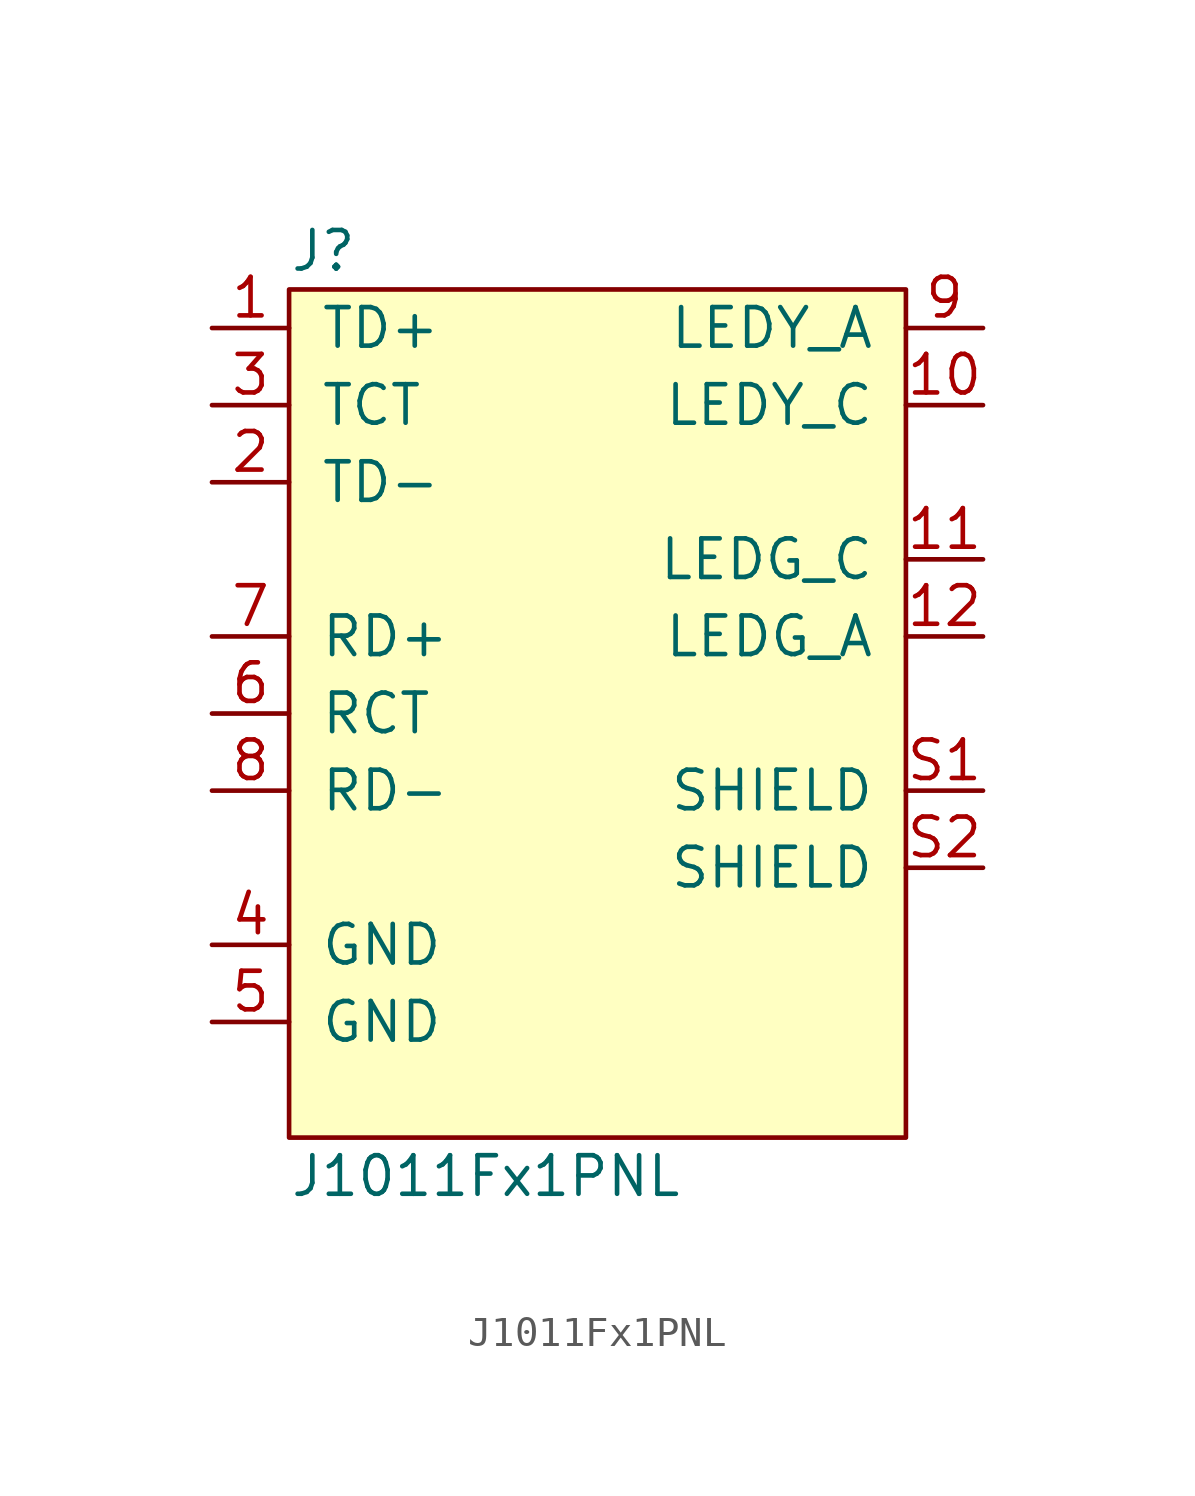
<source format=kicad_sym>
(kicad_symbol_lib
  (version 20211014)
  (generator agg_kicad.build_lib_ic)
  (symbol "J1011Fx1PNL"
    (pin_names
      (offset 1.016))
    (property Reference J
      (at -10.16 15.24 0)
      (effects (font (size 1.27 1.27)) (justify left)))
    (property Value "J1011Fx1PNL"
      (at -10.16 -15.24 0)
      (effects (font (size 1.27 1.27)) (justify left)))
    (symbol "J1011Fx1PNL_0_0"
      (rectangle (start -10.16 13.97) (end 10.16 -13.97) (stroke (width 0) (type default) (color 0 0 0 0)) (fill (type background)))
      (pin passive line (at -12.7 12.7 0) (length 2.54) (name "TD+" (effects (font (size 1.27 1.27)))) (number "1" (effects (font (size 1.27 1.27)))))
      (pin passive line (at -12.7 10.16 0) (length 2.54) (name TCT (effects (font (size 1.27 1.27)))) (number "3" (effects (font (size 1.27 1.27)))))
      (pin passive line (at -12.7 7.62 0) (length 2.54) (name "TD-" (effects (font (size 1.27 1.27)))) (number "2" (effects (font (size 1.27 1.27)))))
      (pin passive line (at -12.7 2.54 0) (length 2.54) (name "RD+" (effects (font (size 1.27 1.27)))) (number "7" (effects (font (size 1.27 1.27)))))
      (pin passive line (at -12.7 0 0) (length 2.54) (name RCT (effects (font (size 1.27 1.27)))) (number "6" (effects (font (size 1.27 1.27)))))
      (pin passive line (at -12.7 -2.54 0) (length 2.54) (name "RD-" (effects (font (size 1.27 1.27)))) (number "8" (effects (font (size 1.27 1.27)))))
      (pin passive line (at -12.7 -7.62 0) (length 2.54) (name GND (effects (font (size 1.27 1.27)))) (number "4" (effects (font (size 1.27 1.27)))))
      (pin passive line (at -12.7 -10.16 0) (length 2.54) (name GND (effects (font (size 1.27 1.27)))) (number "5" (effects (font (size 1.27 1.27)))))
      (pin passive line (at 12.7 12.7 180) (length 2.54) (name LEDY_A (effects (font (size 1.27 1.27)))) (number "9" (effects (font (size 1.27 1.27)))))
      (pin passive line (at 12.7 10.16 180) (length 2.54) (name LEDY_C (effects (font (size 1.27 1.27)))) (number "10" (effects (font (size 1.27 1.27)))))
      (pin passive line (at 12.7 5.08 180) (length 2.54) (name LEDG_C (effects (font (size 1.27 1.27)))) (number "11" (effects (font (size 1.27 1.27)))))
      (pin passive line (at 12.7 2.54 180) (length 2.54) (name LEDG_A (effects (font (size 1.27 1.27)))) (number "12" (effects (font (size 1.27 1.27)))))
      (pin passive line (at 12.7 -2.54 180) (length 2.54) (name SHIELD (effects (font (size 1.27 1.27)))) (number "S1" (effects (font (size 1.27 1.27)))))
      (pin passive line (at 12.7 -5.08 180) (length 2.54) (name SHIELD (effects (font (size 1.27 1.27)))) (number "S2" (effects (font (size 1.27 1.27))))))))
</source>
